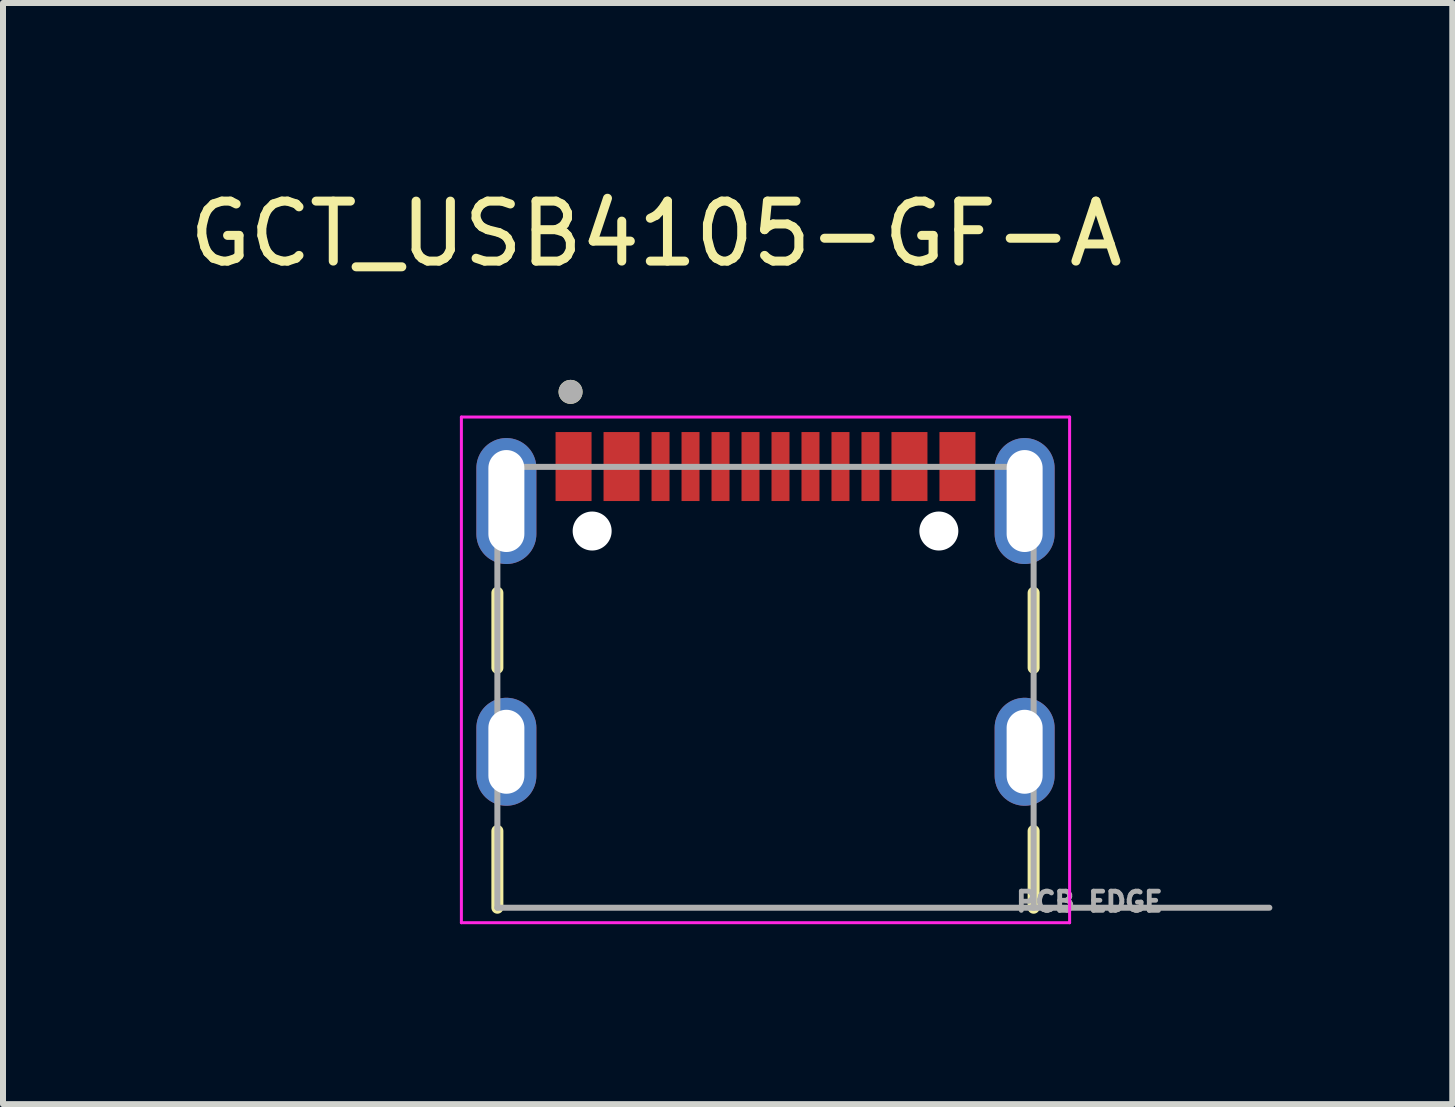
<source format=kicad_pcb>
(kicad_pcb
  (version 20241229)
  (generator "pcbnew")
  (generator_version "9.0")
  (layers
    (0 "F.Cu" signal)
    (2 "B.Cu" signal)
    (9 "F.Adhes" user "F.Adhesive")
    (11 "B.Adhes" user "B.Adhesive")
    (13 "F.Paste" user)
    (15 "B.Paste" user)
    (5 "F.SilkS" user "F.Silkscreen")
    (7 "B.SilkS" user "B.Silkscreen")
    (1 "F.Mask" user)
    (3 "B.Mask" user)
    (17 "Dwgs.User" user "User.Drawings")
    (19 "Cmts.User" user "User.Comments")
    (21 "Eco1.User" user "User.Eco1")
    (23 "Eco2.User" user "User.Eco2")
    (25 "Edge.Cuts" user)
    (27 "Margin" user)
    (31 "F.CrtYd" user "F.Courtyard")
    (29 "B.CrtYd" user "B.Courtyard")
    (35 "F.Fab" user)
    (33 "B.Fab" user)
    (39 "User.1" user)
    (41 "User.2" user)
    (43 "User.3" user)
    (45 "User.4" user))
  (footprint "GCT_USB4105-GF-A"
    (layer "F.Cu")
    (at 9.712 9.483)
    (property "Reference" "GCT_USB4105-GF-A" (at -1.825 -8.635 0) (layer "F.SilkS") (effects (font (size 1 1) (thickness 0.15))))
    (attr smd)
    (fp_poly (pts (xy -3.55 -5.38) (xy -2.85 -5.38) (xy -2.85 -4.13) (xy -3.55 -4.13)) (stroke (width 0.01) (type solid)) (fill yes) (layer "F.Mask"))
    (fp_poly (pts (xy -2.75 -5.38) (xy -2.05 -5.38) (xy -2.05 -4.13) (xy -2.75 -4.13)) (stroke (width 0.01) (type solid)) (fill yes) (layer "F.Mask"))
    (fp_poly (pts (xy -1.95 -5.38) (xy -1.55 -5.38) (xy -1.55 -4.13) (xy -1.95 -4.13)) (stroke (width 0.01) (type solid)) (fill yes) (layer "F.Mask"))
    (fp_poly (pts (xy -1.45 -5.38) (xy -1.05 -5.38) (xy -1.05 -4.13) (xy -1.45 -4.13)) (stroke (width 0.01) (type solid)) (fill yes) (layer "F.Mask"))
    (fp_poly (pts (xy -0.95 -5.38) (xy -0.55 -5.38) (xy -0.55 -4.13) (xy -0.95 -4.13)) (stroke (width 0.01) (type solid)) (fill yes) (layer "F.Mask"))
    (fp_poly (pts (xy -0.45 -5.38) (xy -0.05 -5.38) (xy -0.05 -4.13) (xy -0.45 -4.13)) (stroke (width 0.01) (type solid)) (fill yes) (layer "F.Mask"))
    (fp_poly (pts (xy 0.05 -5.38) (xy 0.45 -5.38) (xy 0.45 -4.13) (xy 0.05 -4.13)) (stroke (width 0.01) (type solid)) (fill yes) (layer "F.Mask"))
    (fp_poly (pts (xy 0.55 -5.38) (xy 0.95 -5.38) (xy 0.95 -4.13) (xy 0.55 -4.13)) (stroke (width 0.01) (type solid)) (fill yes) (layer "F.Mask"))
    (fp_poly (pts (xy 1.05 -5.38) (xy 1.45 -5.38) (xy 1.45 -4.13) (xy 1.05 -4.13)) (stroke (width 0.01) (type solid)) (fill yes) (layer "F.Mask"))
    (fp_poly (pts (xy 1.55 -5.38) (xy 1.95 -5.38) (xy 1.95 -4.13) (xy 1.55 -4.13)) (stroke (width 0.01) (type solid)) (fill yes) (layer "F.Mask"))
    (fp_poly (pts (xy 2.05 -5.38) (xy 2.75 -5.38) (xy 2.75 -4.13) (xy 2.05 -4.13)) (stroke (width 0.01) (type solid)) (fill yes) (layer "F.Mask"))
    (fp_poly (pts (xy 2.85 -5.38) (xy 3.55 -5.38) (xy 3.55 -4.13) (xy 2.85 -4.13)) (stroke (width 0.01) (type solid)) (fill yes) (layer "F.Mask"))
    (fp_line (start -4.47 -2.65) (end -4.47 -1.4) (stroke (width 0.2) (type solid)) (layer "F.SilkS"))
    (fp_line (start -4.47 1.32) (end -4.47 2.6) (stroke (width 0.2) (type solid)) (layer "F.SilkS"))
    (fp_line (start 4.47 -2.65) (end 4.47 -1.4) (stroke (width 0.2) (type solid)) (layer "F.SilkS"))
    (fp_line (start 4.47 2.6) (end 4.47 1.32) (stroke (width 0.2) (type solid)) (layer "F.SilkS"))
    (fp_circle (center -3.25 -6) (end -3.15 -6) (stroke (width 0.2) (type solid)) (fill no) (layer "F.SilkS"))
    (fp_line (start -5.07 -5.58) (end -5.07 2.85) (stroke (width 0.05) (type solid)) (layer "F.CrtYd"))
    (fp_line (start -5.07 2.85) (end 5.07 2.85) (stroke (width 0.05) (type solid)) (layer "F.CrtYd"))
    (fp_line (start 5.07 -5.58) (end -5.07 -5.58) (stroke (width 0.05) (type solid)) (layer "F.CrtYd"))
    (fp_line (start 5.07 2.85) (end 5.07 -5.58) (stroke (width 0.05) (type solid)) (layer "F.CrtYd"))
    (fp_line (start -4.47 -4.75) (end 4.47 -4.75) (stroke (width 0.1) (type solid)) (layer "F.Fab"))
    (fp_line (start -4.47 2.6) (end -4.47 -4.75) (stroke (width 0.1) (type solid)) (layer "F.Fab"))
    (fp_line (start 4.47 -4.75) (end 4.47 2.6) (stroke (width 0.1) (type solid)) (layer "F.Fab"))
    (fp_line (start 4.47 2.6) (end -4.47 2.6) (stroke (width 0.1) (type solid)) (layer "F.Fab"))
    (fp_line (start 4.47 2.6) (end 8.4 2.6) (stroke (width 0.1) (type solid)) (layer "F.Fab"))
    (fp_circle (center -3.25 -6) (end -3.15 -6) (stroke (width 0.2) (type solid)) (fill no) (layer "F.Fab"))
    (fp_text user "PCB EDGE" (at 5.4 2.5 0) (layer "F.Fab") (effects (font (size 0.32 0.32) (thickness 0.15))))
    (pad "" np_thru_hole circle (at -2.89 -3.68) (size 0.65 0.65) (drill 0.65) (layers "*.Cu" "*.Mask"))
    (pad "" np_thru_hole circle (at 2.89 -3.68) (size 0.65 0.65) (drill 0.65) (layers "*.Cu" "*.Mask"))
    (pad "A1_B12" smd rect (at -3.2 -4.755) (size 0.6 1.15) (layers "F.Cu" "F.Paste"))
    (pad "A4_B9" smd rect (at -2.4 -4.755) (size 0.6 1.15) (layers "F.Cu" "F.Paste"))
    (pad "A5" smd rect (at -1.25 -4.755) (size 0.3 1.15) (layers "F.Cu" "F.Paste"))
    (pad "A6" smd rect (at -0.25 -4.755) (size 0.3 1.15) (layers "F.Cu" "F.Paste"))
    (pad "A7" smd rect (at 0.25 -4.755) (size 0.3 1.15) (layers "F.Cu" "F.Paste"))
    (pad "A8" smd rect (at 1.25 -4.755) (size 0.3 1.15) (layers "F.Cu" "F.Paste"))
    (pad "B1_A12" smd rect (at 3.2 -4.755) (size 0.6 1.15) (layers "F.Cu" "F.Paste"))
    (pad "B4_A9" smd rect (at 2.4 -4.755) (size 0.6 1.15) (layers "F.Cu" "F.Paste"))
    (pad "B5" smd rect (at 1.75 -4.755) (size 0.3 1.15) (layers "F.Cu" "F.Paste"))
    (pad "B6" smd rect (at 0.75 -4.755) (size 0.3 1.15) (layers "F.Cu" "F.Paste"))
    (pad "B7" smd rect (at -0.75 -4.755) (size 0.3 1.15) (layers "F.Cu" "F.Paste"))
    (pad "B8" smd rect (at -1.75 -4.755) (size 0.3 1.15) (layers "F.Cu" "F.Paste"))
    (pad "S1" thru_hole oval (at -4.32 -4.18) (size 1 2.1) (drill oval 0.6 1.7) (layers "*.Cu" "*.Mask"))
    (pad "S1" thru_hole oval (at -4.32 0) (size 1 1.8) (drill oval 0.6 1.4) (layers "*.Cu" "*.Mask"))
    (pad "S1" thru_hole oval (at 4.32 -4.18) (size 1 2.1) (drill oval 0.6 1.7) (layers "*.Cu" "*.Mask"))
    (pad "S1" thru_hole oval (at 4.32 0) (size 1 1.8) (drill oval 0.6 1.4) (layers "*.Cu" "*.Mask")))
  (gr_rect
    (start -3 -3)
    (end 21.162 15.358)
    (stroke (width 0.1) (type default))
    (fill no)
    (layer "Edge.Cuts")))
</source>
